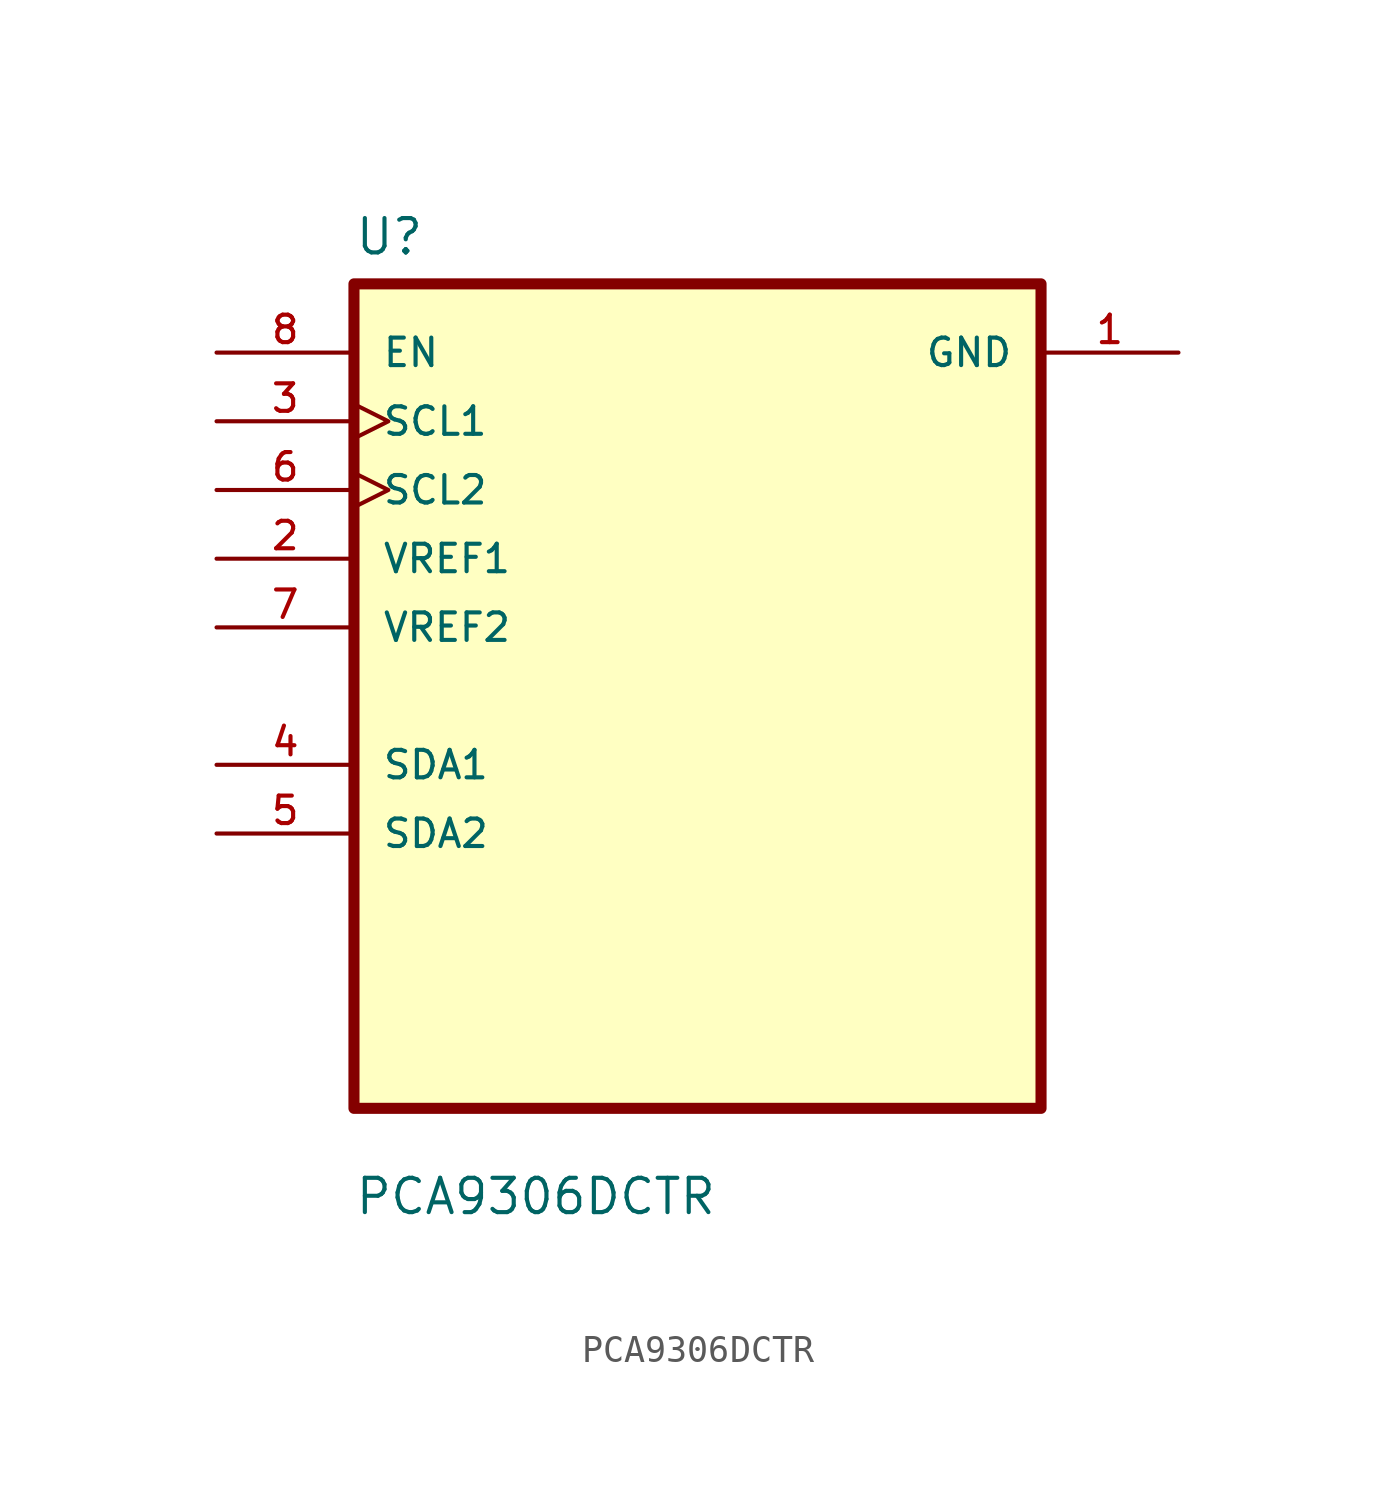
<source format=kicad_sym>
(kicad_symbol_lib
  (version 20211014)
  (generator kicad_symbol_editor)
  (symbol "PCA9306DCTR"
    (pin_names
      (offset 1.016))
    (property "Reference" "U"
      (at -12.7 16.24 0.0)
      (effects (font (size 1.27 1.27)) (justify bottom left)))
    (property "Value" "PCA9306DCTR"
      (at -12.7 -19.24 0.0)
      (effects (font (size 1.27 1.27)) (justify bottom left)))
    (symbol "PCA9306DCTR_0_0"
      (rectangle (start -12.7 -15.24) (end 12.7 15.24) (stroke (width 0.41)) (fill (type background)))
      (pin input line (at -17.78 12.7 0) (length 5.08) (name "EN" (effects (font (size 1.016 1.016)))) (number "8" (effects (font (size 1.016 1.016)))))
      (pin input clock (at -17.78 10.16 0) (length 5.08) (name "SCL1" (effects (font (size 1.016 1.016)))) (number "3" (effects (font (size 1.016 1.016)))))
      (pin input clock (at -17.78 7.62 0) (length 5.08) (name "SCL2" (effects (font (size 1.016 1.016)))) (number "6" (effects (font (size 1.016 1.016)))))
      (pin input line (at -17.78 5.08 0) (length 5.08) (name "VREF1" (effects (font (size 1.016 1.016)))) (number "2" (effects (font (size 1.016 1.016)))))
      (pin input line (at -17.78 2.54 0) (length 5.08) (name "VREF2" (effects (font (size 1.016 1.016)))) (number "7" (effects (font (size 1.016 1.016)))))
      (pin bidirectional line (at -17.78 -2.54 0) (length 5.08) (name "SDA1" (effects (font (size 1.016 1.016)))) (number "4" (effects (font (size 1.016 1.016)))))
      (pin bidirectional line (at -17.78 -5.08 0) (length 5.08) (name "SDA2" (effects (font (size 1.016 1.016)))) (number "5" (effects (font (size 1.016 1.016)))))
      (pin power_in line (at 17.78 12.7 180.0) (length 5.08) (name "GND" (effects (font (size 1.016 1.016)))) (number "1" (effects (font (size 1.016 1.016))))))))
</source>
